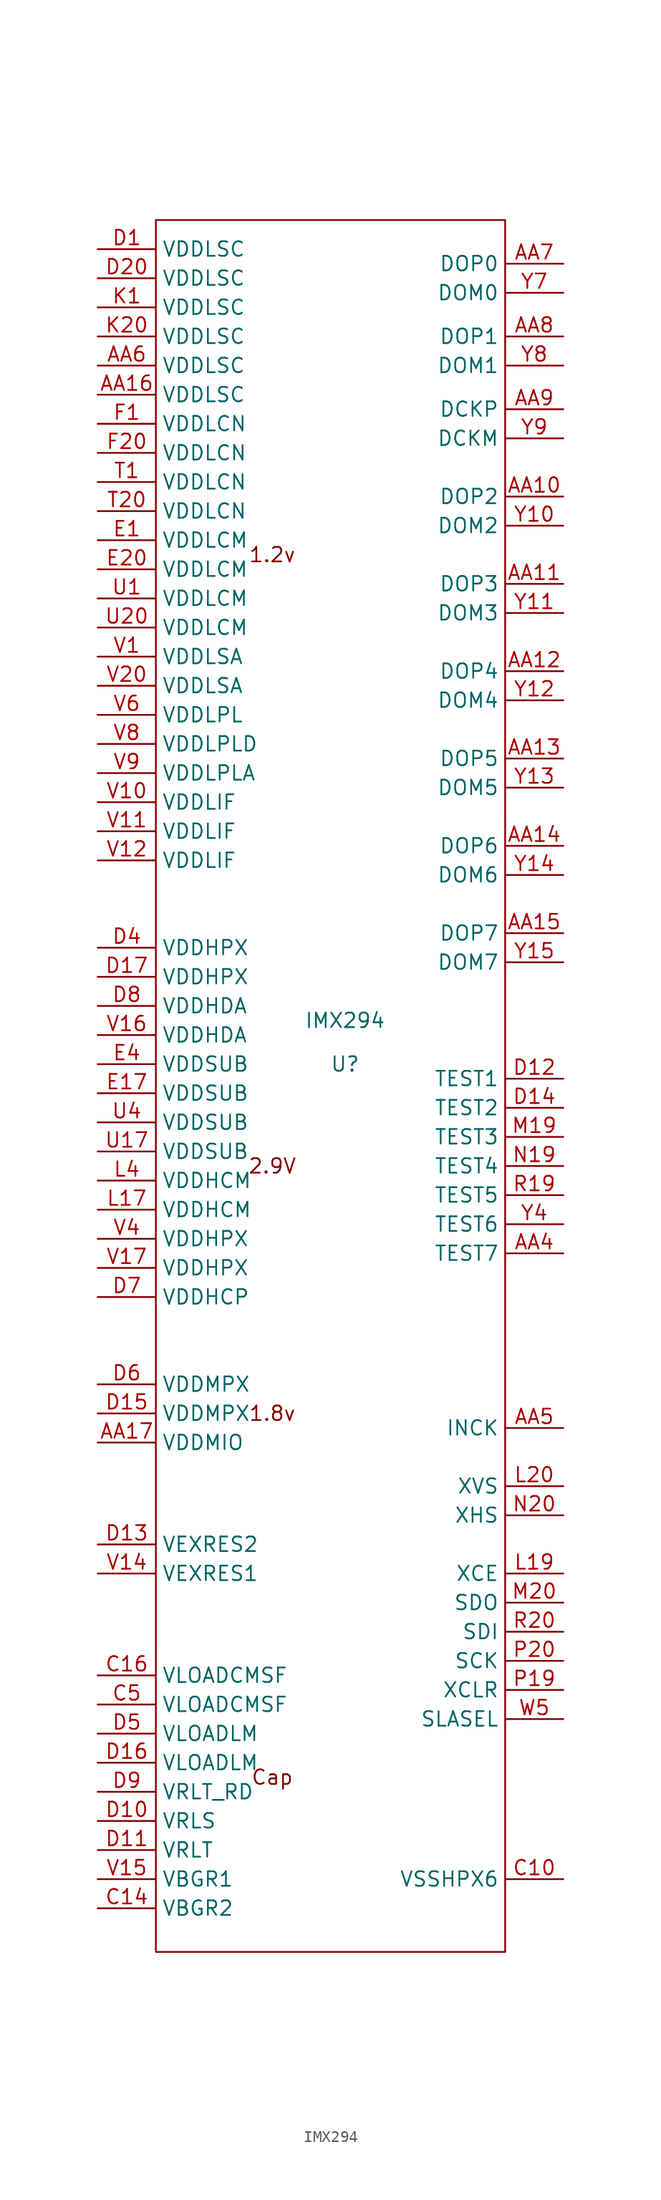
<source format=kicad_sym>
(kicad_symbol_lib
  (version 20211014)
  (generator kicad_symbol_editor)
  (symbol "IMX294"
    (property "Reference" "U"
      (at 0 0 0)
      (effects (font (size 1.27 1.27))))
    (property "Value" "IMX294"
      (at 0 3.81 0)
      (effects (font (size 1.27 1.27))))
    (symbol "IMX294_0_0"
      (rectangle (start -16.51 73.66) (end 13.97 -77.47) (stroke (width 0.152) (type default) (color 0 0 0 0)) (fill (type none)))
      (text "1.2v" (at -6.35 44.45 0) (effects (font (size 1.27 1.27))))
      (text "1.8v" (at -6.35 -30.48 0) (effects (font (size 1.27 1.27))))
      (text "2.9V" (at -6.35 -8.89 0) (effects (font (size 1.27 1.27))))
      (text "Cap" (at -6.35 -62.23 0) (effects (font (size 1.27 1.27)))))
    (symbol "IMX294_1_1"
      (pin input line (at 19.05 49.53 180) (length 5.08) (name "DOP2" (effects (font (size 1.27 1.27)))) (number "AA10" (effects (font (size 1.27 1.27)))))
      (pin input line (at 19.05 41.91 180) (length 5.08) (name "DOP3" (effects (font (size 1.27 1.27)))) (number "AA11" (effects (font (size 1.27 1.27)))))
      (pin input line (at 19.05 34.29 180) (length 5.08) (name "DOP4" (effects (font (size 1.27 1.27)))) (number "AA12" (effects (font (size 1.27 1.27)))))
      (pin input line (at 19.05 26.67 180) (length 5.08) (name "DOP5" (effects (font (size 1.27 1.27)))) (number "AA13" (effects (font (size 1.27 1.27)))))
      (pin input line (at 19.05 19.05 180) (length 5.08) (name "DOP6" (effects (font (size 1.27 1.27)))) (number "AA14" (effects (font (size 1.27 1.27)))))
      (pin input line (at 19.05 11.43 180) (length 5.08) (name "DOP7" (effects (font (size 1.27 1.27)))) (number "AA15" (effects (font (size 1.27 1.27)))))
      (pin input line (at -21.59 58.42 0) (length 5.08) (name "VDDLSC" (effects (font (size 1.27 1.27)))) (number "AA16" (effects (font (size 1.27 1.27)))))
      (pin input line (at -21.59 -33.02 0) (length 5.08) (name "VDDMIO" (effects (font (size 1.27 1.27)))) (number "AA17" (effects (font (size 1.27 1.27)))))
      (pin input line (at 19.05 -16.51 180) (length 5.08) (name "TEST7" (effects (font (size 1.27 1.27)))) (number "AA4" (effects (font (size 1.27 1.27)))))
      (pin input line (at 19.05 -31.75 180) (length 5.08) (name "INCK" (effects (font (size 1.27 1.27)))) (number "AA5" (effects (font (size 1.27 1.27)))))
      (pin input line (at -21.59 60.96 0) (length 5.08) (name "VDDLSC" (effects (font (size 1.27 1.27)))) (number "AA6" (effects (font (size 1.27 1.27)))))
      (pin input line (at 19.05 69.85 180) (length 5.08) (name "DOP0" (effects (font (size 1.27 1.27)))) (number "AA7" (effects (font (size 1.27 1.27)))))
      (pin input line (at 19.05 63.5 180) (length 5.08) (name "DOP1" (effects (font (size 1.27 1.27)))) (number "AA8" (effects (font (size 1.27 1.27)))))
      (pin input line (at 19.05 57.15 180) (length 5.08) (name "DCKP" (effects (font (size 1.27 1.27)))) (number "AA9" (effects (font (size 1.27 1.27)))))
      (pin input line (at 19.05 -71.12 180) (length 5.08) (name "VSSHPX6" (effects (font (size 1.27 1.27)))) (number "C10" (effects (font (size 1.27 1.27)))))
      (pin input line (at 19.05 -71.12 180) (length 5.08) hide (name "VSSHPX7" (effects (font (size 1.27 1.27)))) (number "C11" (effects (font (size 1.27 1.27)))))
      (pin input line (at 19.05 -71.12 180) (length 5.08) hide (name "VSSHPX8" (effects (font (size 1.27 1.27)))) (number "C12" (effects (font (size 1.27 1.27)))))
      (pin input line (at -21.59 -73.66 0) (length 5.08) (name "VBGR2" (effects (font (size 1.27 1.27)))) (number "C14" (effects (font (size 1.27 1.27)))))
      (pin input line (at 19.05 -71.12 180) (length 5.08) hide (name "VSSHPX9" (effects (font (size 1.27 1.27)))) (number "C15" (effects (font (size 1.27 1.27)))))
      (pin input line (at -21.59 -53.34 0) (length 5.08) (name "VLOADCMSF" (effects (font (size 1.27 1.27)))) (number "C16" (effects (font (size 1.27 1.27)))))
      (pin input line (at 19.05 -71.12 180) (length 5.08) hide (name "VSSHPX10" (effects (font (size 1.27 1.27)))) (number "C17" (effects (font (size 1.27 1.27)))))
      (pin input line (at 19.05 -71.12 180) (length 5.08) hide (name "VSSHPX1" (effects (font (size 1.27 1.27)))) (number "C4" (effects (font (size 1.27 1.27)))))
      (pin input line (at -21.59 -55.88 0) (length 5.08) (name "VLOADCMSF" (effects (font (size 1.27 1.27)))) (number "C5" (effects (font (size 1.27 1.27)))))
      (pin input line (at 19.05 -71.12 180) (length 5.08) hide (name "VSSHPX2" (effects (font (size 1.27 1.27)))) (number "C6" (effects (font (size 1.27 1.27)))))
      (pin input line (at 19.05 -71.12 180) (length 5.08) hide (name "VSSHCP3" (effects (font (size 1.27 1.27)))) (number "C7" (effects (font (size 1.27 1.27)))))
      (pin input line (at 19.05 -71.12 180) (length 5.08) hide (name "VSSHDA4" (effects (font (size 1.27 1.27)))) (number "C8" (effects (font (size 1.27 1.27)))))
      (pin input line (at 19.05 -71.12 180) (length 5.08) hide (name "VSSHPX5" (effects (font (size 1.27 1.27)))) (number "C9" (effects (font (size 1.27 1.27)))))
      (pin input line (at -21.59 71.12 0) (length 5.08) (name "VDDLSC" (effects (font (size 1.27 1.27)))) (number "D1" (effects (font (size 1.27 1.27)))))
      (pin input line (at -21.59 -66.04 0) (length 5.08) (name "VRLS" (effects (font (size 1.27 1.27)))) (number "D10" (effects (font (size 1.27 1.27)))))
      (pin input line (at -21.59 -68.58 0) (length 5.08) (name "VRLT" (effects (font (size 1.27 1.27)))) (number "D11" (effects (font (size 1.27 1.27)))))
      (pin input line (at 19.05 -1.27 180) (length 5.08) (name "TEST1" (effects (font (size 1.27 1.27)))) (number "D12" (effects (font (size 1.27 1.27)))))
      (pin input line (at -21.59 -41.91 0) (length 5.08) (name "VEXRES2" (effects (font (size 1.27 1.27)))) (number "D13" (effects (font (size 1.27 1.27)))))
      (pin input line (at 19.05 -3.81 180) (length 5.08) (name "TEST2" (effects (font (size 1.27 1.27)))) (number "D14" (effects (font (size 1.27 1.27)))))
      (pin input line (at -21.59 -30.48 0) (length 5.08) (name "VDDMPX" (effects (font (size 1.27 1.27)))) (number "D15" (effects (font (size 1.27 1.27)))))
      (pin input line (at -21.59 -60.96 0) (length 5.08) (name "VLOADLM" (effects (font (size 1.27 1.27)))) (number "D16" (effects (font (size 1.27 1.27)))))
      (pin input line (at -21.59 7.62 0) (length 5.08) (name "VDDHPX" (effects (font (size 1.27 1.27)))) (number "D17" (effects (font (size 1.27 1.27)))))
      (pin input line (at 19.05 -71.12 180) (length 5.08) hide (name "VSSLSC12" (effects (font (size 1.27 1.27)))) (number "D19" (effects (font (size 1.27 1.27)))))
      (pin input line (at 19.05 -71.12 180) (length 5.08) hide (name "VSSLSC11" (effects (font (size 1.27 1.27)))) (number "D2" (effects (font (size 1.27 1.27)))))
      (pin input line (at -21.59 68.58 0) (length 5.08) (name "VDDLSC" (effects (font (size 1.27 1.27)))) (number "D20" (effects (font (size 1.27 1.27)))))
      (pin input line (at -21.59 10.16 0) (length 5.08) (name "VDDHPX" (effects (font (size 1.27 1.27)))) (number "D4" (effects (font (size 1.27 1.27)))))
      (pin input line (at -21.59 -58.42 0) (length 5.08) (name "VLOADLM" (effects (font (size 1.27 1.27)))) (number "D5" (effects (font (size 1.27 1.27)))))
      (pin input line (at -21.59 -27.94 0) (length 5.08) (name "VDDMPX" (effects (font (size 1.27 1.27)))) (number "D6" (effects (font (size 1.27 1.27)))))
      (pin input line (at -21.59 -20.32 0) (length 5.08) (name "VDDHCP" (effects (font (size 1.27 1.27)))) (number "D7" (effects (font (size 1.27 1.27)))))
      (pin input line (at -21.59 5.08 0) (length 5.08) (name "VDDHDA" (effects (font (size 1.27 1.27)))) (number "D8" (effects (font (size 1.27 1.27)))))
      (pin input line (at -21.59 -63.5 0) (length 5.08) (name "VRLT_RD" (effects (font (size 1.27 1.27)))) (number "D9" (effects (font (size 1.27 1.27)))))
      (pin input line (at -21.59 45.72 0) (length 5.08) (name "VDDLCM" (effects (font (size 1.27 1.27)))) (number "E1" (effects (font (size 1.27 1.27)))))
      (pin input line (at -21.59 -2.54 0) (length 5.08) (name "VDDSUB" (effects (font (size 1.27 1.27)))) (number "E17" (effects (font (size 1.27 1.27)))))
      (pin input line (at 19.05 -71.12 180) (length 5.08) hide (name "VSSLCM14" (effects (font (size 1.27 1.27)))) (number "E19" (effects (font (size 1.27 1.27)))))
      (pin input line (at 19.05 -71.12 180) (length 5.08) hide (name "VSSLCM13" (effects (font (size 1.27 1.27)))) (number "E2" (effects (font (size 1.27 1.27)))))
      (pin input line (at -21.59 43.18 0) (length 5.08) (name "VDDLCM" (effects (font (size 1.27 1.27)))) (number "E20" (effects (font (size 1.27 1.27)))))
      (pin input line (at -21.59 0 0) (length 5.08) (name "VDDSUB" (effects (font (size 1.27 1.27)))) (number "E4" (effects (font (size 1.27 1.27)))))
      (pin input line (at -21.59 55.88 0) (length 5.08) (name "VDDLCN" (effects (font (size 1.27 1.27)))) (number "F1" (effects (font (size 1.27 1.27)))))
      (pin input line (at 19.05 -71.12 180) (length 5.08) hide (name "VSSLCN16" (effects (font (size 1.27 1.27)))) (number "F19" (effects (font (size 1.27 1.27)))))
      (pin input line (at 19.05 -71.12 180) (length 5.08) hide (name "VSSLCN15" (effects (font (size 1.27 1.27)))) (number "F2" (effects (font (size 1.27 1.27)))))
      (pin input line (at -21.59 53.34 0) (length 5.08) (name "VDDLCN" (effects (font (size 1.27 1.27)))) (number "F20" (effects (font (size 1.27 1.27)))))
      (pin input line (at -21.59 66.04 0) (length 5.08) (name "VDDLSC" (effects (font (size 1.27 1.27)))) (number "K1" (effects (font (size 1.27 1.27)))))
      (pin input line (at 19.05 -71.12 180) (length 5.08) hide (name "VSSLSC18" (effects (font (size 1.27 1.27)))) (number "K19" (effects (font (size 1.27 1.27)))))
      (pin input line (at 19.05 -71.12 180) (length 5.08) hide (name "VSSLSC17" (effects (font (size 1.27 1.27)))) (number "K2" (effects (font (size 1.27 1.27)))))
      (pin input line (at -21.59 63.5 0) (length 5.08) (name "VDDLSC" (effects (font (size 1.27 1.27)))) (number "K20" (effects (font (size 1.27 1.27)))))
      (pin input line (at -21.59 -12.7 0) (length 5.08) (name "VDDHCM" (effects (font (size 1.27 1.27)))) (number "L17" (effects (font (size 1.27 1.27)))))
      (pin input line (at 19.05 -71.12 180) (length 5.08) hide (name "VSSHCM20" (effects (font (size 1.27 1.27)))) (number "L18" (effects (font (size 1.27 1.27)))))
      (pin input line (at 19.05 -44.45 180) (length 5.08) (name "XCE" (effects (font (size 1.27 1.27)))) (number "L19" (effects (font (size 1.27 1.27)))))
      (pin input line (at 19.05 -36.83 180) (length 5.08) (name "XVS" (effects (font (size 1.27 1.27)))) (number "L20" (effects (font (size 1.27 1.27)))))
      (pin input line (at 19.05 -71.12 180) (length 5.08) hide (name "VSSHCM19" (effects (font (size 1.27 1.27)))) (number "L3" (effects (font (size 1.27 1.27)))))
      (pin input line (at -21.59 -10.16 0) (length 5.08) (name "VDDHCM" (effects (font (size 1.27 1.27)))) (number "L4" (effects (font (size 1.27 1.27)))))
      (pin input line (at 19.05 -6.35 180) (length 5.08) (name "TEST3" (effects (font (size 1.27 1.27)))) (number "M19" (effects (font (size 1.27 1.27)))))
      (pin input line (at 19.05 -46.99 180) (length 5.08) (name "SDO" (effects (font (size 1.27 1.27)))) (number "M20" (effects (font (size 1.27 1.27)))))
      (pin input line (at 19.05 -8.89 180) (length 5.08) (name "TEST4" (effects (font (size 1.27 1.27)))) (number "N19" (effects (font (size 1.27 1.27)))))
      (pin input line (at 19.05 -39.37 180) (length 5.08) (name "XHS" (effects (font (size 1.27 1.27)))) (number "N20" (effects (font (size 1.27 1.27)))))
      (pin input line (at 19.05 -54.61 180) (length 5.08) (name "XCLR" (effects (font (size 1.27 1.27)))) (number "P19" (effects (font (size 1.27 1.27)))))
      (pin input line (at 19.05 -52.07 180) (length 5.08) (name "SCK" (effects (font (size 1.27 1.27)))) (number "P20" (effects (font (size 1.27 1.27)))))
      (pin input line (at 19.05 -11.43 180) (length 5.08) (name "TEST5" (effects (font (size 1.27 1.27)))) (number "R19" (effects (font (size 1.27 1.27)))))
      (pin input line (at 19.05 -49.53 180) (length 5.08) (name "SDI" (effects (font (size 1.27 1.27)))) (number "R20" (effects (font (size 1.27 1.27)))))
      (pin input line (at -21.59 50.8 0) (length 5.08) (name "VDDLCN" (effects (font (size 1.27 1.27)))) (number "T1" (effects (font (size 1.27 1.27)))))
      (pin input line (at 19.05 -71.12 180) (length 5.08) hide (name "VSSLCN22" (effects (font (size 1.27 1.27)))) (number "T19" (effects (font (size 1.27 1.27)))))
      (pin input line (at 19.05 -71.12 180) (length 5.08) hide (name "VSSLCN21" (effects (font (size 1.27 1.27)))) (number "T2" (effects (font (size 1.27 1.27)))))
      (pin input line (at -21.59 48.26 0) (length 5.08) (name "VDDLCN" (effects (font (size 1.27 1.27)))) (number "T20" (effects (font (size 1.27 1.27)))))
      (pin input line (at -21.59 40.64 0) (length 5.08) (name "VDDLCM" (effects (font (size 1.27 1.27)))) (number "U1" (effects (font (size 1.27 1.27)))))
      (pin input line (at -21.59 -7.62 0) (length 5.08) (name "VDDSUB" (effects (font (size 1.27 1.27)))) (number "U17" (effects (font (size 1.27 1.27)))))
      (pin input line (at 19.05 -71.12 180) (length 5.08) hide (name "VSSLCM24" (effects (font (size 1.27 1.27)))) (number "U19" (effects (font (size 1.27 1.27)))))
      (pin input line (at 19.05 -71.12 180) (length 5.08) hide (name "VSSLCM23" (effects (font (size 1.27 1.27)))) (number "U2" (effects (font (size 1.27 1.27)))))
      (pin input line (at -21.59 38.1 0) (length 5.08) (name "VDDLCM" (effects (font (size 1.27 1.27)))) (number "U20" (effects (font (size 1.27 1.27)))))
      (pin input line (at -21.59 -5.08 0) (length 5.08) (name "VDDSUB" (effects (font (size 1.27 1.27)))) (number "U4" (effects (font (size 1.27 1.27)))))
      (pin input line (at -21.59 35.56 0) (length 5.08) (name "VDDLSA" (effects (font (size 1.27 1.27)))) (number "V1" (effects (font (size 1.27 1.27)))))
      (pin input line (at -21.59 22.86 0) (length 5.08) (name "VDDLIF" (effects (font (size 1.27 1.27)))) (number "V10" (effects (font (size 1.27 1.27)))))
      (pin input line (at -21.59 20.32 0) (length 5.08) (name "VDDLIF" (effects (font (size 1.27 1.27)))) (number "V11" (effects (font (size 1.27 1.27)))))
      (pin input line (at -21.59 17.78 0) (length 5.08) (name "VDDLIF" (effects (font (size 1.27 1.27)))) (number "V12" (effects (font (size 1.27 1.27)))))
      (pin input line (at -21.59 -44.45 0) (length 5.08) (name "VEXRES1" (effects (font (size 1.27 1.27)))) (number "V14" (effects (font (size 1.27 1.27)))))
      (pin input line (at -21.59 -71.12 0) (length 5.08) (name "VBGR1" (effects (font (size 1.27 1.27)))) (number "V15" (effects (font (size 1.27 1.27)))))
      (pin input line (at -21.59 2.54 0) (length 5.08) (name "VDDHDA" (effects (font (size 1.27 1.27)))) (number "V16" (effects (font (size 1.27 1.27)))))
      (pin input line (at -21.59 -17.78 0) (length 5.08) (name "VDDHPX" (effects (font (size 1.27 1.27)))) (number "V17" (effects (font (size 1.27 1.27)))))
      (pin input line (at 19.05 -71.12 180) (length 5.08) hide (name "VSSLSA26" (effects (font (size 1.27 1.27)))) (number "V19" (effects (font (size 1.27 1.27)))))
      (pin input line (at 19.05 -71.12 180) (length 5.08) hide (name "VSSLSA25" (effects (font (size 1.27 1.27)))) (number "V2" (effects (font (size 1.27 1.27)))))
      (pin input line (at -21.59 33.02 0) (length 5.08) (name "VDDLSA" (effects (font (size 1.27 1.27)))) (number "V20" (effects (font (size 1.27 1.27)))))
      (pin input line (at -21.59 -15.24 0) (length 5.08) (name "VDDHPX" (effects (font (size 1.27 1.27)))) (number "V4" (effects (font (size 1.27 1.27)))))
      (pin input line (at -21.59 30.48 0) (length 5.08) (name "VDDLPL" (effects (font (size 1.27 1.27)))) (number "V6" (effects (font (size 1.27 1.27)))))
      (pin input line (at -21.59 27.94 0) (length 5.08) (name "VDDLPLD" (effects (font (size 1.27 1.27)))) (number "V8" (effects (font (size 1.27 1.27)))))
      (pin input line (at -21.59 25.4 0) (length 5.08) (name "VDDLPLA" (effects (font (size 1.27 1.27)))) (number "V9" (effects (font (size 1.27 1.27)))))
      (pin input line (at 19.05 -71.12 180) (length 5.08) hide (name "VSSLIF31" (effects (font (size 1.27 1.27)))) (number "W10" (effects (font (size 1.27 1.27)))))
      (pin input line (at 19.05 -71.12 180) (length 5.08) hide (name "VSSLIF32" (effects (font (size 1.27 1.27)))) (number "W11" (effects (font (size 1.27 1.27)))))
      (pin input line (at 19.05 -71.12 180) (length 5.08) hide (name "VSSLIF33" (effects (font (size 1.27 1.27)))) (number "W12" (effects (font (size 1.27 1.27)))))
      (pin input line (at 19.05 -71.12 180) (length 5.08) hide (name "VSSHDA34" (effects (font (size 1.27 1.27)))) (number "W16" (effects (font (size 1.27 1.27)))))
      (pin input line (at 19.05 -71.12 180) (length 5.08) hide (name "VSSHPX35" (effects (font (size 1.27 1.27)))) (number "W17" (effects (font (size 1.27 1.27)))))
      (pin input line (at 19.05 -71.12 180) (length 5.08) hide (name "VSSHPX27" (effects (font (size 1.27 1.27)))) (number "W4" (effects (font (size 1.27 1.27)))))
      (pin input line (at 19.05 -57.15 180) (length 5.08) (name "SLASEL" (effects (font (size 1.27 1.27)))) (number "W5" (effects (font (size 1.27 1.27)))))
      (pin input line (at 19.05 -71.12 180) (length 5.08) hide (name "VSSLPL28" (effects (font (size 1.27 1.27)))) (number "W6" (effects (font (size 1.27 1.27)))))
      (pin input line (at 19.05 -71.12 180) (length 5.08) hide (name "VSSLPLD29" (effects (font (size 1.27 1.27)))) (number "W8" (effects (font (size 1.27 1.27)))))
      (pin input line (at 19.05 -71.12 180) (length 5.08) hide (name "VSSLPLA30" (effects (font (size 1.27 1.27)))) (number "W9" (effects (font (size 1.27 1.27)))))
      (pin input line (at 19.05 46.99 180) (length 5.08) (name "DOM2" (effects (font (size 1.27 1.27)))) (number "Y10" (effects (font (size 1.27 1.27)))))
      (pin input line (at 19.05 39.37 180) (length 5.08) (name "DOM3" (effects (font (size 1.27 1.27)))) (number "Y11" (effects (font (size 1.27 1.27)))))
      (pin input line (at 19.05 31.75 180) (length 5.08) (name "DOM4" (effects (font (size 1.27 1.27)))) (number "Y12" (effects (font (size 1.27 1.27)))))
      (pin input line (at 19.05 24.13 180) (length 5.08) (name "DOM5" (effects (font (size 1.27 1.27)))) (number "Y13" (effects (font (size 1.27 1.27)))))
      (pin input line (at 19.05 16.51 180) (length 5.08) (name "DOM6" (effects (font (size 1.27 1.27)))) (number "Y14" (effects (font (size 1.27 1.27)))))
      (pin input line (at 19.05 8.89 180) (length 5.08) (name "DOM7" (effects (font (size 1.27 1.27)))) (number "Y15" (effects (font (size 1.27 1.27)))))
      (pin input line (at 19.05 -71.12 180) (length 5.08) hide (name "VSSLSC38" (effects (font (size 1.27 1.27)))) (number "Y16" (effects (font (size 1.27 1.27)))))
      (pin input line (at 19.05 -13.97 180) (length 5.08) (name "TEST6" (effects (font (size 1.27 1.27)))) (number "Y4" (effects (font (size 1.27 1.27)))))
      (pin input line (at 19.05 -71.12 180) (length 5.08) hide (name "VSSLPLD36" (effects (font (size 1.27 1.27)))) (number "Y5" (effects (font (size 1.27 1.27)))))
      (pin input line (at 19.05 -71.12 180) (length 5.08) hide (name "VSSLSC37" (effects (font (size 1.27 1.27)))) (number "Y6" (effects (font (size 1.27 1.27)))))
      (pin input line (at 19.05 67.31 180) (length 5.08) (name "DOM0" (effects (font (size 1.27 1.27)))) (number "Y7" (effects (font (size 1.27 1.27)))))
      (pin input line (at 19.05 60.96 180) (length 5.08) (name "DOM1" (effects (font (size 1.27 1.27)))) (number "Y8" (effects (font (size 1.27 1.27)))))
      (pin input line (at 19.05 54.61 180) (length 5.08) (name "DCKM" (effects (font (size 1.27 1.27)))) (number "Y9" (effects (font (size 1.27 1.27))))))))
</source>
